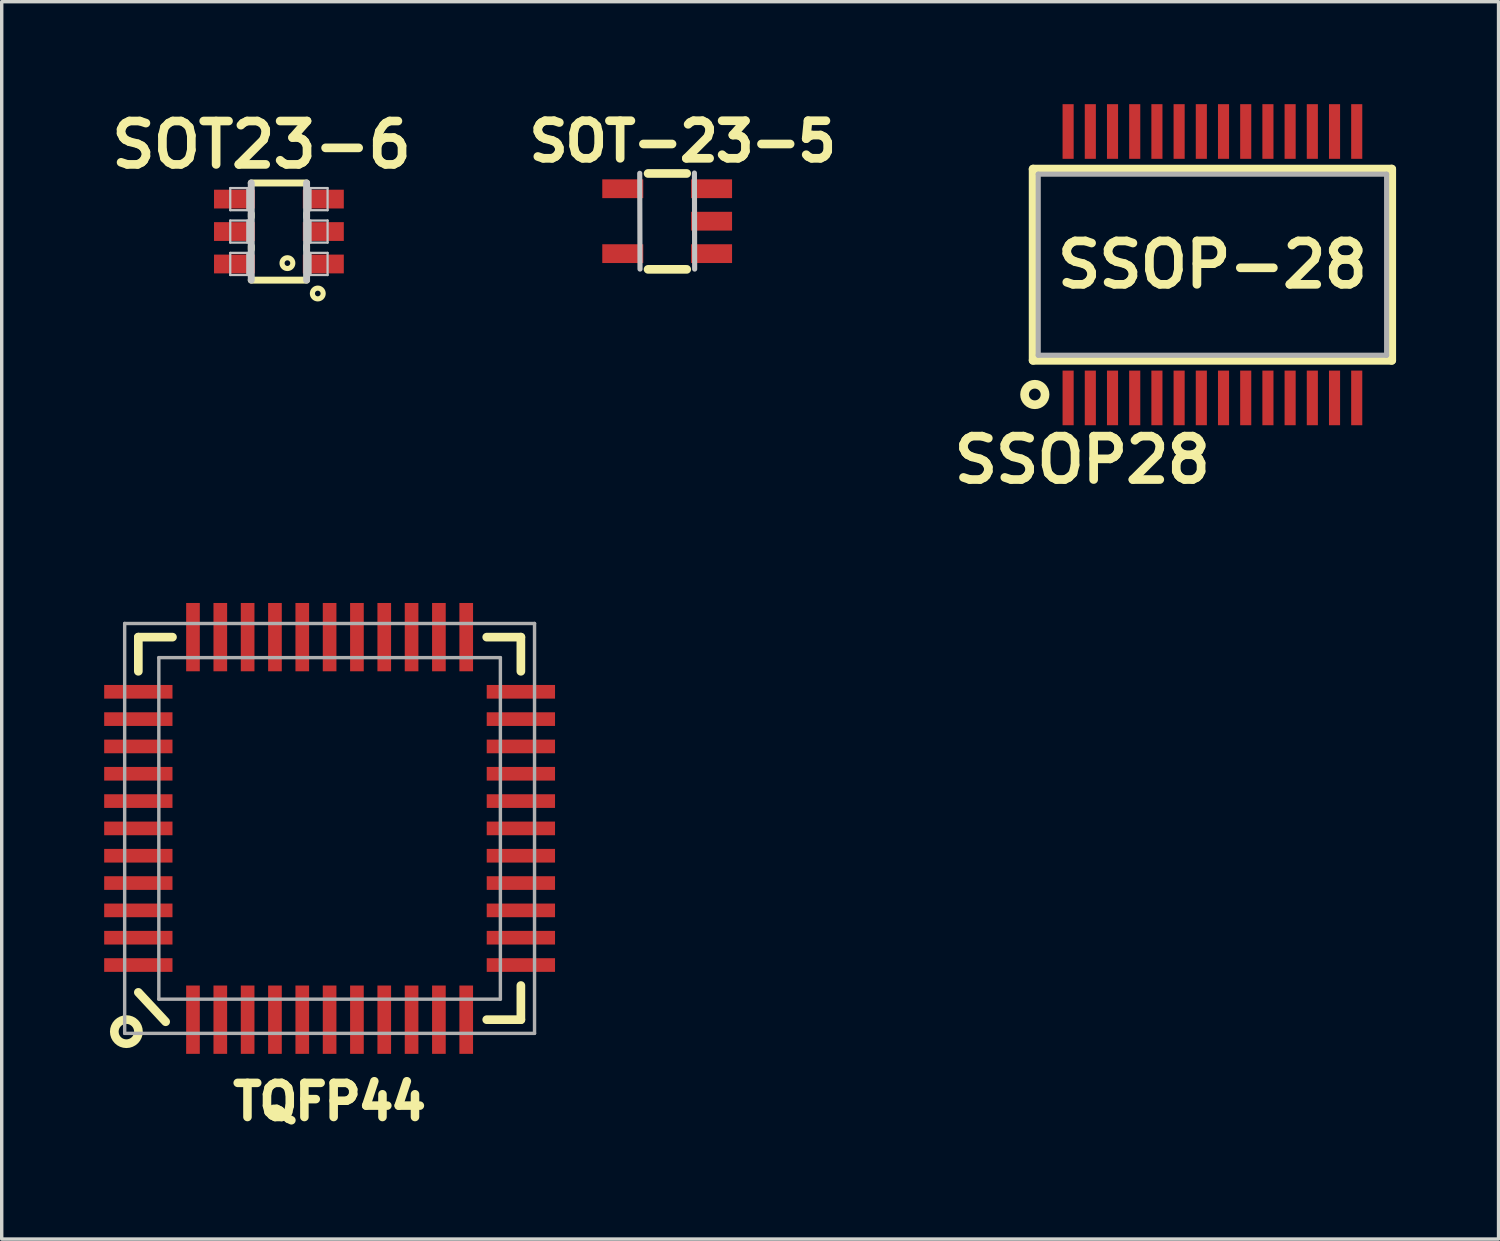
<source format=kicad_pcb>
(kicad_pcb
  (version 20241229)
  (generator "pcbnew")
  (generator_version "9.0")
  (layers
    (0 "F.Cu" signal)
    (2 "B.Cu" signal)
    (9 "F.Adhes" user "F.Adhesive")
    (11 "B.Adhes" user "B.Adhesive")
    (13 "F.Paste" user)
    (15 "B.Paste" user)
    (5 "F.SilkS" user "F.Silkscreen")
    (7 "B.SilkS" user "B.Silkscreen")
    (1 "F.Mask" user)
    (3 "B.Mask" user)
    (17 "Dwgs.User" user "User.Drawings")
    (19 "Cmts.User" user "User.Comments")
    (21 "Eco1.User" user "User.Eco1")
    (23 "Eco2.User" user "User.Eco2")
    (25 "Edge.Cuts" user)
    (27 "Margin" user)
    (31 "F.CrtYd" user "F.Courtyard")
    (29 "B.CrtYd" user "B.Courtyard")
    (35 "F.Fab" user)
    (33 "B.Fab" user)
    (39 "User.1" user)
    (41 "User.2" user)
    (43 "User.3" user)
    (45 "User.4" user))
  (footprint "SSOP28"
    (layer "F.Cu")
    (at 32.447 4.7)
    (property "Reference" "SSOP28" (at -3.81 5.715 0) (layer "F.SilkS") (effects (font (size 1.27 1.27) (thickness 0.254))))
    (attr smd)
    (fp_line (start -5.25 -2.8) (end 5.25 -2.8) (stroke (width 0.254) (type solid)) (layer "F.SilkS"))
    (fp_line (start -5.25 2.8) (end -5.25 -2.8) (stroke (width 0.254) (type solid)) (layer "F.SilkS"))
    (fp_line (start 5.25 -2.8) (end 5.25 2.8) (stroke (width 0.254) (type solid)) (layer "F.SilkS"))
    (fp_line (start 5.25 2.8) (end -5.25 2.8) (stroke (width 0.254) (type solid)) (layer "F.SilkS"))
    (fp_circle (center -5.2 3.8) (end -5.2 3.5) (stroke (width 0.254) (type solid)) (fill no) (layer "F.SilkS"))
    (fp_line (start -5.1 -2.65) (end -5.1 2.65) (stroke (width 0.15) (type solid)) (layer "F.Fab"))
    (fp_line (start -5.1 2.65) (end 5.1 2.65) (stroke (width 0.15) (type solid)) (layer "F.Fab"))
    (fp_line (start 5.1 -2.65) (end -5.1 -2.65) (stroke (width 0.15) (type solid)) (layer "F.Fab"))
    (fp_line (start 5.1 2.65) (end 5.1 -2.65) (stroke (width 0.15) (type solid)) (layer "F.Fab"))
    (fp_text user "SSOP-28" (at 0 0 0) (layer "F.SilkS") (effects (font (size 1.27 1.27) (thickness 0.254))))
    (pad "1" smd rect (at -4.225 3.9 90) (size 1.6 0.325) (layers "F.Cu" "F.Mask" "F.Paste"))
    (pad "2" smd rect (at -3.575 3.9 90) (size 1.6 0.325) (layers "F.Cu" "F.Mask" "F.Paste"))
    (pad "3" smd rect (at -2.925 3.9 90) (size 1.6 0.325) (layers "F.Cu" "F.Mask" "F.Paste"))
    (pad "4" smd rect (at -2.275 3.9 90) (size 1.6 0.325) (layers "F.Cu" "F.Mask" "F.Paste"))
    (pad "5" smd rect (at -1.625 3.9 90) (size 1.6 0.325) (layers "F.Cu" "F.Mask" "F.Paste"))
    (pad "6" smd rect (at -0.975 3.9 90) (size 1.6 0.325) (layers "F.Cu" "F.Mask" "F.Paste"))
    (pad "7" smd rect (at -0.325 3.9 90) (size 1.6 0.325) (layers "F.Cu" "F.Mask" "F.Paste"))
    (pad "8" smd rect (at 0.325 3.9 90) (size 1.6 0.325) (layers "F.Cu" "F.Mask" "F.Paste"))
    (pad "9" smd rect (at 0.975 3.9 90) (size 1.6 0.325) (layers "F.Cu" "F.Mask" "F.Paste"))
    (pad "10" smd rect (at 1.625 3.9 90) (size 1.6 0.325) (layers "F.Cu" "F.Mask" "F.Paste"))
    (pad "11" smd rect (at 2.275 3.9 90) (size 1.6 0.325) (layers "F.Cu" "F.Mask" "F.Paste"))
    (pad "12" smd rect (at 2.925 3.9 90) (size 1.6 0.325) (layers "F.Cu" "F.Mask" "F.Paste"))
    (pad "13" smd rect (at 3.575 3.9 90) (size 1.6 0.325) (layers "F.Cu" "F.Mask" "F.Paste"))
    (pad "14" smd rect (at 4.225 3.9 90) (size 1.6 0.325) (layers "F.Cu" "F.Mask" "F.Paste"))
    (pad "15" smd rect (at 4.225 -3.9 90) (size 1.6 0.325) (layers "F.Cu" "F.Mask" "F.Paste"))
    (pad "16" smd rect (at 3.575 -3.9 90) (size 1.6 0.325) (layers "F.Cu" "F.Mask" "F.Paste"))
    (pad "17" smd rect (at 2.925 -3.9 90) (size 1.6 0.325) (layers "F.Cu" "F.Mask" "F.Paste"))
    (pad "18" smd rect (at 2.275 -3.9 90) (size 1.6 0.325) (layers "F.Cu" "F.Mask" "F.Paste"))
    (pad "19" smd rect (at 1.625 -3.9 90) (size 1.6 0.325) (layers "F.Cu" "F.Mask" "F.Paste"))
    (pad "20" smd rect (at 0.975 -3.9 90) (size 1.6 0.325) (layers "F.Cu" "F.Mask" "F.Paste"))
    (pad "21" smd rect (at 0.325 -3.9 90) (size 1.6 0.325) (layers "F.Cu" "F.Mask" "F.Paste"))
    (pad "22" smd rect (at -0.325 -3.9 90) (size 1.6 0.325) (layers "F.Cu" "F.Mask" "F.Paste"))
    (pad "23" smd rect (at -0.975 -3.9 90) (size 1.6 0.325) (layers "F.Cu" "F.Mask" "F.Paste"))
    (pad "24" smd rect (at -1.625 -3.9 90) (size 1.6 0.325) (layers "F.Cu" "F.Mask" "F.Paste"))
    (pad "25" smd rect (at -2.275 -3.9 90) (size 1.6 0.325) (layers "F.Cu" "F.Mask" "F.Paste"))
    (pad "26" smd rect (at -2.925 -3.9 90) (size 1.6 0.325) (layers "F.Cu" "F.Mask" "F.Paste"))
    (pad "27" smd rect (at -3.575 -3.9 90) (size 1.6 0.325) (layers "F.Cu" "F.Mask" "F.Paste"))
    (pad "28" smd rect (at -4.225 -3.9 90) (size 1.6 0.325) (layers "F.Cu" "F.Mask" "F.Paste")))
  (footprint "SOT-23-5"
    (layer "F.Cu")
    (at 16.483 3.426)
    (property "Reference" "SOT-23-5" (at 0.457 -2.337 0) (layer "F.SilkS") (effects (font (size 1.1 1.1) (thickness 0.254))))
    (attr smd)
    (fp_line (start -0.559 -1.397) (end 0.572 -1.397) (stroke (width 0.254) (type solid)) (layer "F.SilkS"))
    (fp_line (start -0.559 1.41) (end 0.572 1.41) (stroke (width 0.254) (type solid)) (layer "F.SilkS"))
    (fp_line (start -0.803 -1.402) (end -0.795 1.402) (stroke (width 0.15) (type solid)) (layer "Dwgs.User"))
    (fp_line (start 0.805 1.402) (end 0.798 -1.41) (stroke (width 0.15) (type solid)) (layer "Dwgs.User"))
    (pad "1" smd rect (at 1.3 0.95) (size 1.2 0.55) (layers "F.Cu" "F.Mask" "F.Paste"))
    (pad "2" smd rect (at 1.3 0) (size 1.2 0.55) (layers "F.Cu" "F.Mask" "F.Paste"))
    (pad "3" smd rect (at 1.3 -0.95) (size 1.2 0.55) (layers "F.Cu" "F.Mask" "F.Paste"))
    (pad "4" smd rect (at -1.3 -0.95) (size 1.2 0.55) (layers "F.Cu" "F.Mask" "F.Paste"))
    (pad "5" smd rect (at -1.3 0.95) (size 1.2 0.55) (layers "F.Cu" "F.Mask" "F.Paste")))
  (footprint "SOT23-6"
    (layer "F.Cu")
    (at 5.116 3.729)
    (property "Reference" "SOT23-6" (at -0.508 -2.54 0) (layer "F.SilkS") (effects (font (size 1.27 1.27) (thickness 0.254))))
    (attr smd)
    (fp_line (start -0.81 -1.422) (end 0.81 -1.422) (stroke (width 0.203) (type solid)) (layer "F.SilkS"))
    (fp_line (start -0.808 -0.521) (end -0.808 -0.427) (stroke (width 0.203) (type solid)) (layer "F.SilkS"))
    (fp_line (start -0.808 0.427) (end -0.808 0.521) (stroke (width 0.203) (type solid)) (layer "F.SilkS"))
    (fp_line (start 0.81 -0.521) (end 0.81 -0.427) (stroke (width 0.203) (type solid)) (layer "F.SilkS"))
    (fp_line (start 0.81 0.427) (end 0.81 0.521) (stroke (width 0.203) (type solid)) (layer "F.SilkS"))
    (fp_line (start 0.81 1.422) (end -0.81 1.422) (stroke (width 0.203) (type solid)) (layer "F.SilkS"))
    (fp_circle (center 0.249 0.925) (end 0.361 1.036) (stroke (width 0.15) (type solid)) (fill no) (layer "F.SilkS"))
    (fp_circle (center 1.138 1.814) (end 1.25 1.925) (stroke (width 0.15) (type solid)) (fill no) (layer "F.SilkS"))
    (fp_line (start -1.425 -1.273) (end -0.925 -1.273) (stroke (width 0.066) (type solid)) (layer "Dwgs.User"))
    (fp_line (start -1.425 -0.625) (end -1.425 -1.273) (stroke (width 0.066) (type solid)) (layer "Dwgs.User"))
    (fp_line (start -1.425 -0.625) (end -0.925 -0.625) (stroke (width 0.066) (type solid)) (layer "Dwgs.User"))
    (fp_line (start -1.425 -0.323) (end -0.925 -0.323) (stroke (width 0.066) (type solid)) (layer "Dwgs.User"))
    (fp_line (start -1.425 0.323) (end -1.425 -0.323) (stroke (width 0.066) (type solid)) (layer "Dwgs.User"))
    (fp_line (start -1.425 0.323) (end -0.925 0.323) (stroke (width 0.066) (type solid)) (layer "Dwgs.User"))
    (fp_line (start -1.425 0.625) (end -0.925 0.625) (stroke (width 0.066) (type solid)) (layer "Dwgs.User"))
    (fp_line (start -1.425 1.273) (end -1.425 0.625) (stroke (width 0.066) (type solid)) (layer "Dwgs.User"))
    (fp_line (start -1.425 1.273) (end -0.925 1.273) (stroke (width 0.066) (type solid)) (layer "Dwgs.User"))
    (fp_line (start -0.925 -0.625) (end -0.925 -1.273) (stroke (width 0.066) (type solid)) (layer "Dwgs.User"))
    (fp_line (start -0.925 0.323) (end -0.925 -0.323) (stroke (width 0.066) (type solid)) (layer "Dwgs.User"))
    (fp_line (start -0.925 1.273) (end -0.925 0.625) (stroke (width 0.066) (type solid)) (layer "Dwgs.User"))
    (fp_line (start -0.81 1.422) (end -0.81 -1.422) (stroke (width 0.203) (type solid)) (layer "Dwgs.User"))
    (fp_line (start 0.81 -1.422) (end 0.81 1.422) (stroke (width 0.203) (type solid)) (layer "Dwgs.User"))
    (fp_line (start 0.925 -1.273) (end 1.425 -1.273) (stroke (width 0.066) (type solid)) (layer "Dwgs.User"))
    (fp_line (start 0.925 -0.625) (end 0.925 -1.273) (stroke (width 0.066) (type solid)) (layer "Dwgs.User"))
    (fp_line (start 0.925 -0.625) (end 1.425 -0.625) (stroke (width 0.066) (type solid)) (layer "Dwgs.User"))
    (fp_line (start 0.925 -0.323) (end 1.425 -0.323) (stroke (width 0.066) (type solid)) (layer "Dwgs.User"))
    (fp_line (start 0.925 0.323) (end 0.925 -0.323) (stroke (width 0.066) (type solid)) (layer "Dwgs.User"))
    (fp_line (start 0.925 0.323) (end 1.425 0.323) (stroke (width 0.066) (type solid)) (layer "Dwgs.User"))
    (fp_line (start 0.925 0.625) (end 1.425 0.625) (stroke (width 0.066) (type solid)) (layer "Dwgs.User"))
    (fp_line (start 0.925 1.273) (end 0.925 0.625) (stroke (width 0.066) (type solid)) (layer "Dwgs.User"))
    (fp_line (start 0.925 1.273) (end 1.425 1.273) (stroke (width 0.066) (type solid)) (layer "Dwgs.User"))
    (fp_line (start 1.425 -0.625) (end 1.425 -1.273) (stroke (width 0.066) (type solid)) (layer "Dwgs.User"))
    (fp_line (start 1.425 0.323) (end 1.425 -0.323) (stroke (width 0.066) (type solid)) (layer "Dwgs.User"))
    (fp_line (start 1.425 1.273) (end 1.425 0.625) (stroke (width 0.066) (type solid)) (layer "Dwgs.User"))
    (pad "1" smd rect (at 1.3 0.95 90) (size 0.55 1.2) (layers "F.Cu" "F.Mask" "F.Paste"))
    (pad "2" smd rect (at 1.3 0 90) (size 0.55 1.2) (layers "F.Cu" "F.Mask" "F.Paste"))
    (pad "3" smd rect (at 1.3 -0.95 90) (size 0.55 1.2) (layers "F.Cu" "F.Mask" "F.Paste"))
    (pad "4" smd rect (at -1.3 -0.95 90) (size 0.55 1.2) (layers "F.Cu" "F.Mask" "F.Paste"))
    (pad "5" smd rect (at -1.3 0 90) (size 0.55 1.2) (layers "F.Cu" "F.Mask" "F.Paste"))
    (pad "6" smd rect (at -1.3 0.95 90) (size 0.55 1.2) (layers "F.Cu" "F.Mask" "F.Paste")))
  (footprint "TQFP44"
    (layer "F.Cu")
    (at 6.6 21.204)
    (property "Reference" "TQFP44" (at 0 8 0) (layer "F.SilkS") (effects (font (size 1 1) (thickness 0.25))))
    (attr through_hole)
    (fp_line (start -5.6 -5.6) (end -4.6 -5.6) (stroke (width 0.254) (type solid)) (layer "F.SilkS"))
    (fp_line (start -5.6 -4.6) (end -5.6 -5.6) (stroke (width 0.254) (type solid)) (layer "F.SilkS"))
    (fp_line (start -5.6 4.8) (end -4.8 5.66) (stroke (width 0.254) (type solid)) (layer "F.SilkS"))
    (fp_line (start 4.6 -5.6) (end 5.6 -5.6) (stroke (width 0.254) (type solid)) (layer "F.SilkS"))
    (fp_line (start 5.6 -5.6) (end 5.6 -4.6) (stroke (width 0.254) (type solid)) (layer "F.SilkS"))
    (fp_line (start 5.6 4.6) (end 5.6 5.6) (stroke (width 0.254) (type solid)) (layer "F.SilkS"))
    (fp_line (start 5.6 5.6) (end 4.6 5.6) (stroke (width 0.254) (type solid)) (layer "F.SilkS"))
    (fp_circle (center -5.95 5.95) (end -6.2 6.2) (stroke (width 0.254) (type solid)) (fill no) (layer "F.SilkS"))
    (fp_line (start -6 -6) (end 6 -6) (stroke (width 0.1) (type solid)) (layer "F.Fab"))
    (fp_line (start -6 6) (end -6 -6) (stroke (width 0.1) (type solid)) (layer "F.Fab"))
    (fp_line (start -5 -5) (end -5 5) (stroke (width 0.1) (type solid)) (layer "F.Fab"))
    (fp_line (start -5 5) (end 5 5) (stroke (width 0.1) (type solid)) (layer "F.Fab"))
    (fp_line (start 5 -5) (end -5 -5) (stroke (width 0.1) (type solid)) (layer "F.Fab"))
    (fp_line (start 5 5) (end 5 -5) (stroke (width 0.1) (type solid)) (layer "F.Fab"))
    (fp_line (start 6 -6) (end 6 6) (stroke (width 0.1) (type solid)) (layer "F.Fab"))
    (fp_line (start 6 6) (end -6 6) (stroke (width 0.1) (type solid)) (layer "F.Fab"))
    (pad "1" smd rect (at -4 5.6) (size 0.4 2) (layers "F.Cu" "F.Mask" "F.Paste"))
    (pad "2" smd rect (at -3.2 5.6) (size 0.4 2) (layers "F.Cu" "F.Mask" "F.Paste"))
    (pad "3" smd rect (at -2.4 5.6) (size 0.4 2) (layers "F.Cu" "F.Mask" "F.Paste"))
    (pad "4" smd rect (at -1.6 5.6) (size 0.4 2) (layers "F.Cu" "F.Mask" "F.Paste"))
    (pad "5" smd rect (at -0.8 5.6) (size 0.4 2) (layers "F.Cu" "F.Mask" "F.Paste"))
    (pad "6" smd rect (at 0 5.6) (size 0.4 2) (layers "F.Cu" "F.Mask" "F.Paste"))
    (pad "7" smd rect (at 0.8 5.6) (size 0.4 2) (layers "F.Cu" "F.Mask" "F.Paste"))
    (pad "8" smd rect (at 1.6 5.6) (size 0.4 2) (layers "F.Cu" "F.Mask" "F.Paste"))
    (pad "9" smd rect (at 2.4 5.6) (size 0.4 2) (layers "F.Cu" "F.Mask" "F.Paste"))
    (pad "10" smd rect (at 3.2 5.6) (size 0.4 2) (layers "F.Cu" "F.Mask" "F.Paste"))
    (pad "11" smd rect (at 4 5.6) (size 0.4 2) (layers "F.Cu" "F.Mask" "F.Paste"))
    (pad "12" smd rect (at 5.6 4 90) (size 0.4 2) (layers "F.Cu" "F.Mask" "F.Paste"))
    (pad "13" smd rect (at 5.6 3.2 90) (size 0.4 2) (layers "F.Cu" "F.Mask" "F.Paste"))
    (pad "14" smd rect (at 5.6 2.4 90) (size 0.4 2) (layers "F.Cu" "F.Mask" "F.Paste"))
    (pad "15" smd rect (at 5.6 1.6 90) (size 0.4 2) (layers "F.Cu" "F.Mask" "F.Paste"))
    (pad "16" smd rect (at 5.6 0.8 90) (size 0.4 2) (layers "F.Cu" "F.Mask" "F.Paste"))
    (pad "17" smd rect (at 5.6 0 90) (size 0.4 2) (layers "F.Cu" "F.Mask" "F.Paste"))
    (pad "18" smd rect (at 5.6 -0.8 90) (size 0.4 2) (layers "F.Cu" "F.Mask" "F.Paste"))
    (pad "19" smd rect (at 5.6 -1.6 90) (size 0.4 2) (layers "F.Cu" "F.Mask" "F.Paste"))
    (pad "20" smd rect (at 5.6 -2.4 90) (size 0.4 2) (layers "F.Cu" "F.Mask" "F.Paste"))
    (pad "21" smd rect (at 5.6 -3.2 90) (size 0.4 2) (layers "F.Cu" "F.Mask" "F.Paste"))
    (pad "22" smd rect (at 5.6 -4 90) (size 0.4 2) (layers "F.Cu" "F.Mask" "F.Paste"))
    (pad "23" smd rect (at 4 -5.6) (size 0.4 2) (layers "F.Cu" "F.Mask" "F.Paste"))
    (pad "24" smd rect (at 3.2 -5.6) (size 0.4 2) (layers "F.Cu" "F.Mask" "F.Paste"))
    (pad "25" smd rect (at 2.4 -5.6) (size 0.4 2) (layers "F.Cu" "F.Mask" "F.Paste"))
    (pad "26" smd rect (at 1.6 -5.6) (size 0.4 2) (layers "F.Cu" "F.Mask" "F.Paste"))
    (pad "27" smd rect (at 0.8 -5.6) (size 0.4 2) (layers "F.Cu" "F.Mask" "F.Paste"))
    (pad "28" smd rect (at 0 -5.6) (size 0.4 2) (layers "F.Cu" "F.Mask" "F.Paste"))
    (pad "29" smd rect (at -0.8 -5.6) (size 0.4 2) (layers "F.Cu" "F.Mask" "F.Paste"))
    (pad "30" smd rect (at -1.6 -5.6) (size 0.4 2) (layers "F.Cu" "F.Mask" "F.Paste"))
    (pad "31" smd rect (at -2.4 -5.6) (size 0.4 2) (layers "F.Cu" "F.Mask" "F.Paste"))
    (pad "32" smd rect (at -3.2 -5.6) (size 0.4 2) (layers "F.Cu" "F.Mask" "F.Paste"))
    (pad "33" smd rect (at -4 -5.6) (size 0.4 2) (layers "F.Cu" "F.Mask" "F.Paste"))
    (pad "34" smd rect (at -5.6 -4 90) (size 0.4 2) (layers "F.Cu" "F.Mask" "F.Paste"))
    (pad "35" smd rect (at -5.6 -3.2 90) (size 0.4 2) (layers "F.Cu" "F.Mask" "F.Paste"))
    (pad "36" smd rect (at -5.6 -2.4 90) (size 0.4 2) (layers "F.Cu" "F.Mask" "F.Paste"))
    (pad "37" smd rect (at -5.6 -1.6 90) (size 0.4 2) (layers "F.Cu" "F.Mask" "F.Paste"))
    (pad "38" smd rect (at -5.6 -0.8 90) (size 0.4 2) (layers "F.Cu" "F.Mask" "F.Paste"))
    (pad "39" smd rect (at -5.6 0 90) (size 0.4 2) (layers "F.Cu" "F.Mask" "F.Paste"))
    (pad "40" smd rect (at -5.6 0.8 90) (size 0.4 2) (layers "F.Cu" "F.Mask" "F.Paste"))
    (pad "41" smd rect (at -5.6 1.6 90) (size 0.4 2) (layers "F.Cu" "F.Mask" "F.Paste"))
    (pad "42" smd rect (at -5.6 2.4 90) (size 0.4 2) (layers "F.Cu" "F.Mask" "F.Paste"))
    (pad "43" smd rect (at -5.6 3.2 90) (size 0.4 2) (layers "F.Cu" "F.Mask" "F.Paste"))
    (pad "44" smd rect (at -5.6 4 90) (size 0.4 2) (layers "F.Cu" "F.Mask" "F.Paste")))
  (gr_rect
    (start -3 -3)
    (end 40.824 33.227)
    (stroke (width 0.1) (type default))
    (fill no)
    (layer "Edge.Cuts")))
</source>
